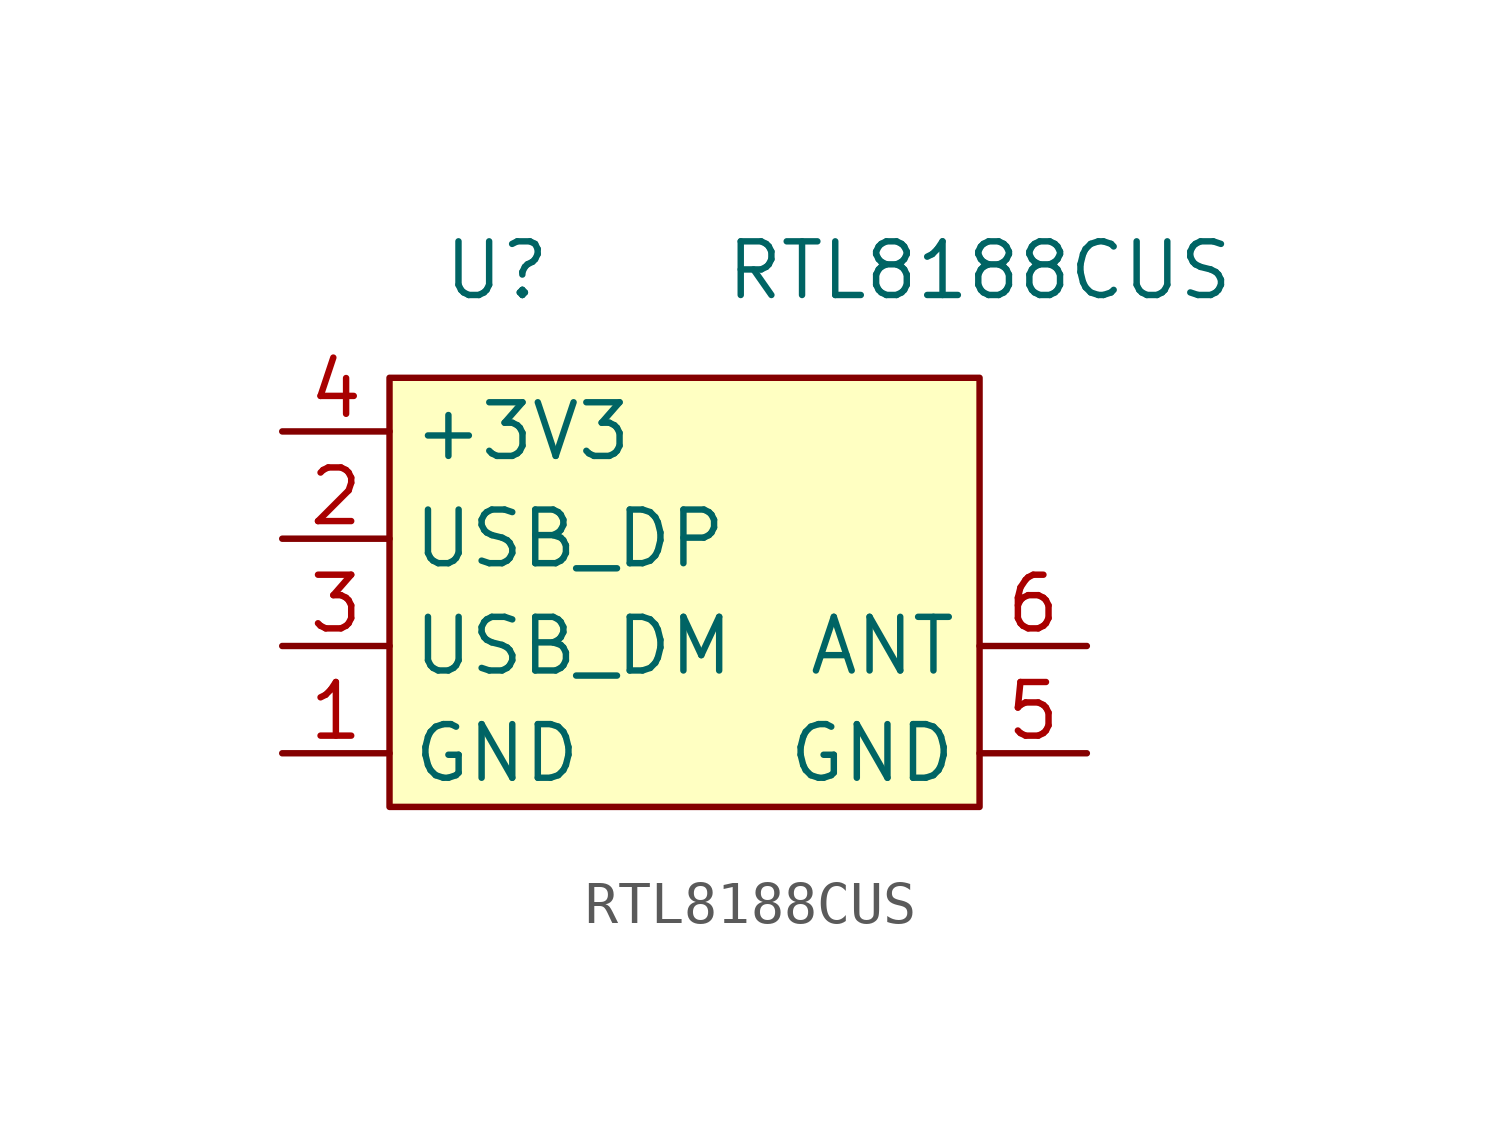
<source format=kicad_sym>
(kicad_symbol_lib
  (version 20211014)
  (generator kicad_symbol_editor)
  (symbol "wifi:RTL8188CUS"
    (property "Reference" "U"
      (at -5.08 2.54 0)
      (effects (font (size 1.27 1.27))))
    (property "Value" "RTL8188CUS"
      (at 6.35 2.54 0)
      (effects (font (size 1.27 1.27))))
    (symbol "RTL8188CUS_0_1"
      (rectangle (start -7.62 0) (end 6.35 -10.16) (stroke (width 0.152) (type default) (color 0 0 0 0)) (fill (type background))))
    (symbol "RTL8188CUS_1_1"
      (pin power_in line (at -10.16 -8.89 0) (length 2.54) (name "GND" (effects (font (size 1.27 1.27)))) (number "1" (effects (font (size 1.27 1.27)))))
      (pin bidirectional line (at -10.16 -3.81 0) (length 2.54) (name "USB_DP" (effects (font (size 1.27 1.27)))) (number "2" (effects (font (size 1.27 1.27)))))
      (pin bidirectional line (at -10.16 -6.35 0) (length 2.54) (name "USB_DM" (effects (font (size 1.27 1.27)))) (number "3" (effects (font (size 1.27 1.27)))))
      (pin power_in line (at -10.16 -1.27 0) (length 2.54) (name "+3V3" (effects (font (size 1.27 1.27)))) (number "4" (effects (font (size 1.27 1.27)))))
      (pin power_in line (at 8.89 -8.89 180) (length 2.54) (name "GND" (effects (font (size 1.27 1.27)))) (number "5" (effects (font (size 1.27 1.27)))))
      (pin output line (at 8.89 -6.35 180) (length 2.54) (name "ANT" (effects (font (size 1.27 1.27)))) (number "6" (effects (font (size 1.27 1.27))))))))
</source>
